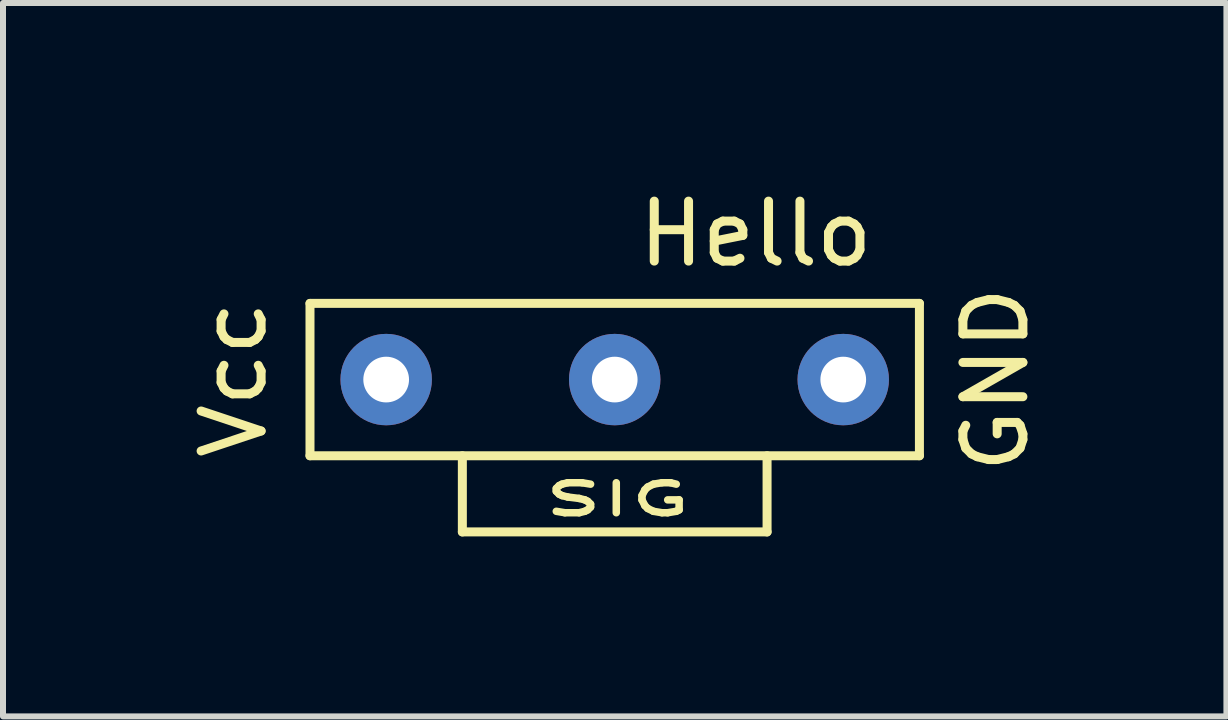
<source format=kicad_pcb>
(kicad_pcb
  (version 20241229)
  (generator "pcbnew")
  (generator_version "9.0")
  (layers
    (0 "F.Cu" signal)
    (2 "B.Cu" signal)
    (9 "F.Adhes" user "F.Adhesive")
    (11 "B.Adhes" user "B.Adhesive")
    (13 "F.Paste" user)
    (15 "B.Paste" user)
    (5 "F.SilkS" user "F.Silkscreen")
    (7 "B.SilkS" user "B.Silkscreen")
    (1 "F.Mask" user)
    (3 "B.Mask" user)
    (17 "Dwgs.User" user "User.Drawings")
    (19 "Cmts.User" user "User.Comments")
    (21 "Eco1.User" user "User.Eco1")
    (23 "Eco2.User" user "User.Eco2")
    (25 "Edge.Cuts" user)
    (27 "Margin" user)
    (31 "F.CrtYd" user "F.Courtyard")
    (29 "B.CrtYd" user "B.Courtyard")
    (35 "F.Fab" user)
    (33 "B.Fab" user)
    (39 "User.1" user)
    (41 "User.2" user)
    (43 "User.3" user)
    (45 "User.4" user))
  (footprint "Hello"
    (layer "F.Cu")
    (at 7.198 4.548)
    (property "Reference" "Hello" (at 2.35 -3.7 0) (layer "F.SilkS") (effects (font (size 1 1) (thickness 0.15))))
    (attr through_hole)
    (fp_line (start -5.08 -2.54) (end 5.08 -2.54) (stroke (width 0.15) (type solid)) (layer "F.SilkS"))
    (fp_line (start -5.08 0) (end -5.08 -2.54) (stroke (width 0.15) (type solid)) (layer "F.SilkS"))
    (fp_line (start -2.54 0) (end -2.54 1.27) (stroke (width 0.15) (type solid)) (layer "F.SilkS"))
    (fp_line (start -2.54 1.27) (end 2.54 1.27) (stroke (width 0.15) (type solid)) (layer "F.SilkS"))
    (fp_line (start 2.54 1.27) (end 2.54 0) (stroke (width 0.15) (type solid)) (layer "F.SilkS"))
    (fp_line (start 5.08 -2.54) (end 5.08 0) (stroke (width 0.15) (type solid)) (layer "F.SilkS"))
    (fp_line (start 5.08 0) (end -5.08 0) (stroke (width 0.15) (type solid)) (layer "F.SilkS"))
    (fp_text user "Vcc" (at -6.35 -1.27 90) (layer "F.SilkS") (effects (font (size 1 1) (thickness 0.15))))
    (fp_text user "SIG" (at 0.05 0.725 0) (layer "F.SilkS") (effects (font (size 0.5 1) (thickness 0.125))))
    (fp_text user "GND" (at 6.35 -1.27 270) (layer "F.SilkS") (effects (font (size 1 1) (thickness 0.15))))
    (pad "1" thru_hole circle (at -3.81 -1.27) (size 1.524 1.524) (drill 0.762) (layers "*.Cu" "*.Mask"))
    (pad "2" thru_hole circle (at 3.81 -1.27) (size 1.524 1.524) (drill 0.762) (layers "*.Cu" "*.Mask"))
    (pad "3" thru_hole circle (at 0 -1.27) (size 1.524 1.524) (drill 0.762) (layers "*.Cu" "*.Mask")))
  (gr_rect
    (start -3 -3)
    (end 17.396 8.893)
    (stroke (width 0.1) (type default))
    (fill no)
    (layer "Edge.Cuts")))
</source>
